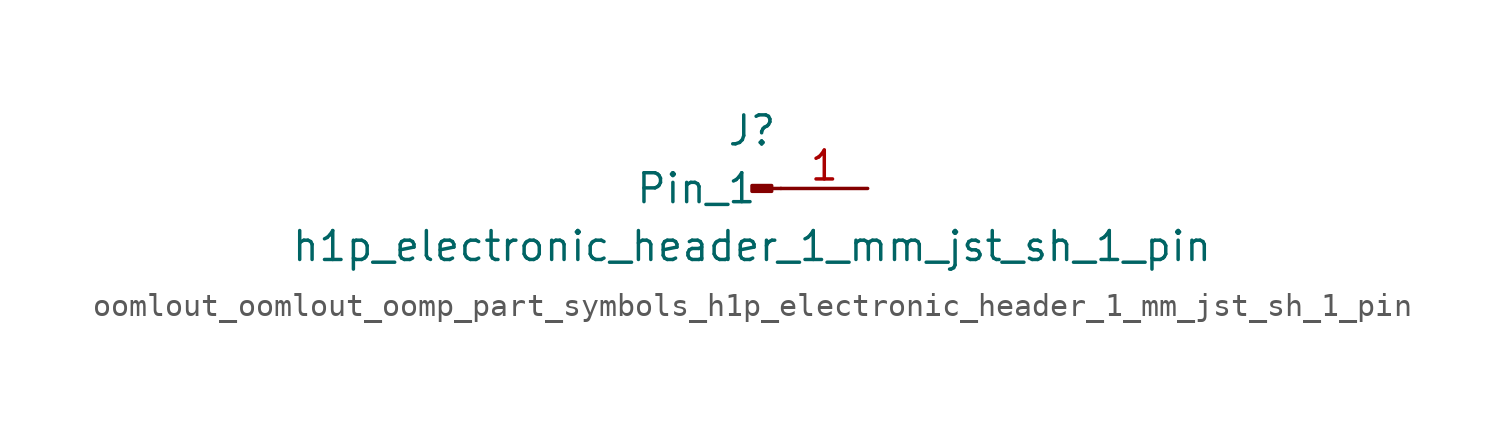
<source format=kicad_sym>
(kicad_symbol_lib
  (version 20220914)
  (generator kicad_symbol_editor)
  (symbol "oomlout_oomlout_oomp_part_symbols_h1p_electronic_header_1_mm_jst_sh_1_pin"
    (pin_names
      (offset 1.016))
    (property "Reference" "J"
      (at 0 2.54 0)
      (effects (font (size 1.27 1.27))))
    (property "Value" "h1p_electronic_header_1_mm_jst_sh_1_pin"
      (at 0 -2.54 0)
      (effects (font (size 1.27 1.27))))
    (property "ki_locked" ""
      (at 0 0 0)
      (effects (font (size 1.27 1.27))))
    (symbol "oomlout_oomlout_oomp_part_symbols_h1p_electronic_header_1_mm_jst_sh_1_pin_1_1"
      (polyline (pts (xy 1.27 0) (xy 0.864 0)) (stroke (width 0.152) (type default)) (fill (type none)))
      (rectangle (start 0.864 0.127) (end 0 -0.127) (stroke (width 0.152) (type default)) (fill (type outline)))
      (pin passive line (at 5.08 0 180) (length 3.81) (name "Pin_1" (effects (font (size 1.27 1.27)))) (number "1" (effects (font (size 1.27 1.27))))))))
</source>
